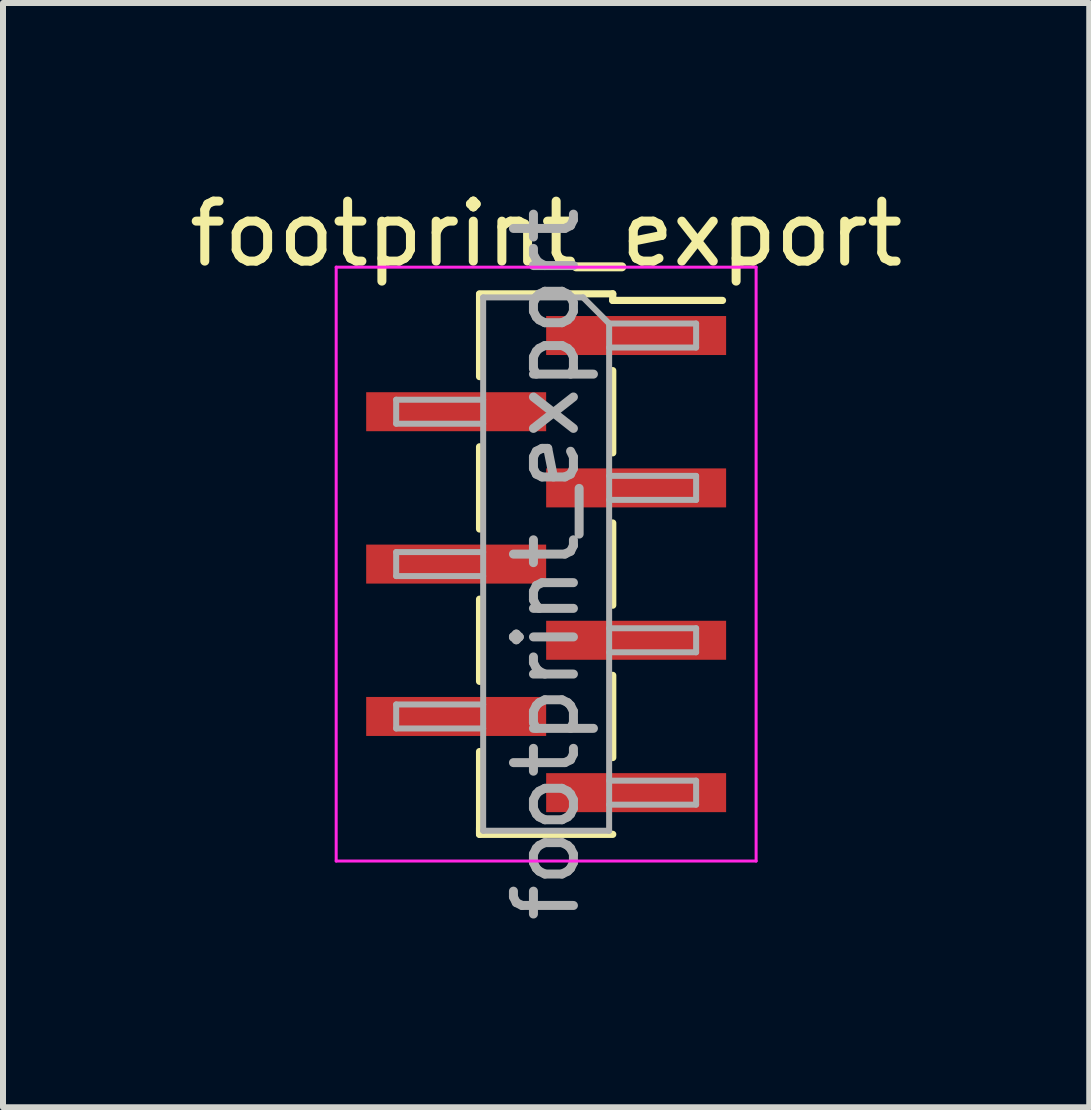
<source format=kicad_pcb>
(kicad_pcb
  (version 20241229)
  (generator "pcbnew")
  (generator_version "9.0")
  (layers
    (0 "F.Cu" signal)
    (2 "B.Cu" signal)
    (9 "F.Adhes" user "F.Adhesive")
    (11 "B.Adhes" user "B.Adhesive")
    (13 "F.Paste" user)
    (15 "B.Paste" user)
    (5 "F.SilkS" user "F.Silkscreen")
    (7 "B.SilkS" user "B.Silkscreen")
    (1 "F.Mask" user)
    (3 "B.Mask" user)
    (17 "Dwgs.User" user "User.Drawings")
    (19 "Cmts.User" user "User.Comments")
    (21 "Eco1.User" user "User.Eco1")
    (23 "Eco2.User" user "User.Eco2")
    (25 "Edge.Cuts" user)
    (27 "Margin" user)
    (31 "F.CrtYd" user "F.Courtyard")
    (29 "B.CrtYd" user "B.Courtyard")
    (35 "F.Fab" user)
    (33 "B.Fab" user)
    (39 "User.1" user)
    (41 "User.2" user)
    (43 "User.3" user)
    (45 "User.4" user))
  (footprint "footprint_export"
    (layer "F.Cu")
    (at 6.054 6.353)
    (property "Reference" "footprint_export" (at 0 -5.505 0) (layer "F.SilkS") (effects (font (size 1 1) (thickness 0.15))))
    (attr smd)
    (fp_line (start -1.11 -4.505) (end 1.11 -4.505) (stroke (width 0.12) (type solid)) (layer "F.SilkS"))
    (fp_line (start -1.11 -4.495) (end -1.11 -3.125) (stroke (width 0.12) (type solid)) (layer "F.SilkS"))
    (fp_line (start -1.11 -1.955) (end -1.11 -0.585) (stroke (width 0.12) (type solid)) (layer "F.SilkS"))
    (fp_line (start -1.11 0.585) (end -1.11 1.955) (stroke (width 0.12) (type solid)) (layer "F.SilkS"))
    (fp_line (start -1.11 3.125) (end -1.11 4.495) (stroke (width 0.12) (type solid)) (layer "F.SilkS"))
    (fp_line (start -1.11 4.395) (end -1.11 4.505) (stroke (width 0.12) (type solid)) (layer "F.SilkS"))
    (fp_line (start -1.11 4.505) (end 1.11 4.505) (stroke (width 0.12) (type solid)) (layer "F.SilkS"))
    (fp_line (start 1.11 -4.505) (end 1.11 -4.395) (stroke (width 0.12) (type solid)) (layer "F.SilkS"))
    (fp_line (start 1.11 -4.395) (end 2.94 -4.395) (stroke (width 0.12) (type solid)) (layer "F.SilkS"))
    (fp_line (start 1.11 -3.225) (end 1.11 -1.855) (stroke (width 0.12) (type solid)) (layer "F.SilkS"))
    (fp_line (start 1.11 -0.685) (end 1.11 0.685) (stroke (width 0.12) (type solid)) (layer "F.SilkS"))
    (fp_line (start 1.11 1.855) (end 1.11 3.225) (stroke (width 0.12) (type solid)) (layer "F.SilkS"))
    (fp_line (start -3.5 -4.95) (end -3.5 4.95) (stroke (width 0.05) (type solid)) (layer "F.CrtYd"))
    (fp_line (start -3.5 4.95) (end 3.5 4.95) (stroke (width 0.05) (type solid)) (layer "F.CrtYd"))
    (fp_line (start 3.5 -4.95) (end -3.5 -4.95) (stroke (width 0.05) (type solid)) (layer "F.CrtYd"))
    (fp_line (start 3.5 4.95) (end 3.5 -4.95) (stroke (width 0.05) (type solid)) (layer "F.CrtYd"))
    (fp_line (start -2.5 -2.74) (end -2.5 -2.34) (stroke (width 0.1) (type solid)) (layer "F.Fab"))
    (fp_line (start -2.5 -2.34) (end -1.05 -2.34) (stroke (width 0.1) (type solid)) (layer "F.Fab"))
    (fp_line (start -2.5 -0.2) (end -2.5 0.2) (stroke (width 0.1) (type solid)) (layer "F.Fab"))
    (fp_line (start -2.5 0.2) (end -1.05 0.2) (stroke (width 0.1) (type solid)) (layer "F.Fab"))
    (fp_line (start -2.5 2.34) (end -2.5 2.74) (stroke (width 0.1) (type solid)) (layer "F.Fab"))
    (fp_line (start -2.5 2.74) (end -1.05 2.74) (stroke (width 0.1) (type solid)) (layer "F.Fab"))
    (fp_line (start -1.05 -4.445) (end -1.05 4.445) (stroke (width 0.1) (type solid)) (layer "F.Fab"))
    (fp_line (start -1.05 -4.445) (end 0.615 -4.445) (stroke (width 0.1) (type solid)) (layer "F.Fab"))
    (fp_line (start -1.05 -2.74) (end -2.5 -2.74) (stroke (width 0.1) (type solid)) (layer "F.Fab"))
    (fp_line (start -1.05 -0.2) (end -2.5 -0.2) (stroke (width 0.1) (type solid)) (layer "F.Fab"))
    (fp_line (start -1.05 2.34) (end -2.5 2.34) (stroke (width 0.1) (type solid)) (layer "F.Fab"))
    (fp_line (start 1.05 -4.01) (end 0.615 -4.445) (stroke (width 0.1) (type solid)) (layer "F.Fab"))
    (fp_line (start 1.05 -4.01) (end 2.5 -4.01) (stroke (width 0.1) (type solid)) (layer "F.Fab"))
    (fp_line (start 1.05 -1.47) (end 2.5 -1.47) (stroke (width 0.1) (type solid)) (layer "F.Fab"))
    (fp_line (start 1.05 1.07) (end 2.5 1.07) (stroke (width 0.1) (type solid)) (layer "F.Fab"))
    (fp_line (start 1.05 3.61) (end 2.5 3.61) (stroke (width 0.1) (type solid)) (layer "F.Fab"))
    (fp_line (start 1.05 4.445) (end -1.05 4.445) (stroke (width 0.1) (type solid)) (layer "F.Fab"))
    (fp_line (start 1.05 4.445) (end 1.05 -4.01) (stroke (width 0.1) (type solid)) (layer "F.Fab"))
    (fp_line (start 2.5 -4.01) (end 2.5 -3.61) (stroke (width 0.1) (type solid)) (layer "F.Fab"))
    (fp_line (start 2.5 -3.61) (end 1.05 -3.61) (stroke (width 0.1) (type solid)) (layer "F.Fab"))
    (fp_line (start 2.5 -1.47) (end 2.5 -1.07) (stroke (width 0.1) (type solid)) (layer "F.Fab"))
    (fp_line (start 2.5 -1.07) (end 1.05 -1.07) (stroke (width 0.1) (type solid)) (layer "F.Fab"))
    (fp_line (start 2.5 1.07) (end 2.5 1.47) (stroke (width 0.1) (type solid)) (layer "F.Fab"))
    (fp_line (start 2.5 1.47) (end 1.05 1.47) (stroke (width 0.1) (type solid)) (layer "F.Fab"))
    (fp_line (start 2.5 3.61) (end 2.5 4.01) (stroke (width 0.1) (type solid)) (layer "F.Fab"))
    (fp_line (start 2.5 4.01) (end 1.05 4.01) (stroke (width 0.1) (type solid)) (layer "F.Fab"))
    (fp_text user "${REFERENCE}" (at 0 0 90) (layer "F.Fab") (effects (font (size 1 1) (thickness 0.15))))
    (pad "1" smd rect (at 1.5 -3.81) (size 3 0.65) (layers "F.Cu" "F.Mask" "F.Paste"))
    (pad "2" smd rect (at -1.5 -2.54) (size 3 0.65) (layers "F.Cu" "F.Mask" "F.Paste"))
    (pad "3" smd rect (at 1.5 -1.27) (size 3 0.65) (layers "F.Cu" "F.Mask" "F.Paste"))
    (pad "4" smd rect (at -1.5 0) (size 3 0.65) (layers "F.Cu" "F.Mask" "F.Paste"))
    (pad "5" smd rect (at 1.5 1.27) (size 3 0.65) (layers "F.Cu" "F.Mask" "F.Paste"))
    (pad "6" smd rect (at -1.5 2.54) (size 3 0.65) (layers "F.Cu" "F.Mask" "F.Paste"))
    (pad "7" smd rect (at 1.5 3.81) (size 3 0.65) (layers "F.Cu" "F.Mask" "F.Paste")))
  (gr_rect
    (start -3 -3)
    (end 15.107 15.407)
    (stroke (width 0.1) (type default))
    (fill no)
    (layer "Edge.Cuts")))
</source>
